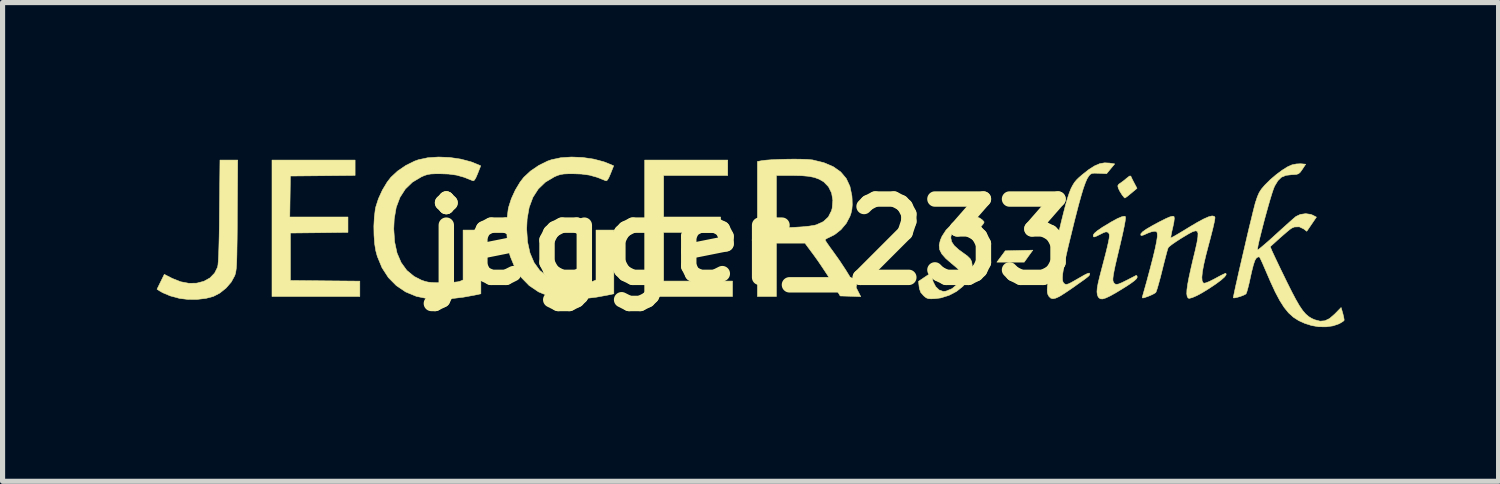
<source format=kicad_pcb>
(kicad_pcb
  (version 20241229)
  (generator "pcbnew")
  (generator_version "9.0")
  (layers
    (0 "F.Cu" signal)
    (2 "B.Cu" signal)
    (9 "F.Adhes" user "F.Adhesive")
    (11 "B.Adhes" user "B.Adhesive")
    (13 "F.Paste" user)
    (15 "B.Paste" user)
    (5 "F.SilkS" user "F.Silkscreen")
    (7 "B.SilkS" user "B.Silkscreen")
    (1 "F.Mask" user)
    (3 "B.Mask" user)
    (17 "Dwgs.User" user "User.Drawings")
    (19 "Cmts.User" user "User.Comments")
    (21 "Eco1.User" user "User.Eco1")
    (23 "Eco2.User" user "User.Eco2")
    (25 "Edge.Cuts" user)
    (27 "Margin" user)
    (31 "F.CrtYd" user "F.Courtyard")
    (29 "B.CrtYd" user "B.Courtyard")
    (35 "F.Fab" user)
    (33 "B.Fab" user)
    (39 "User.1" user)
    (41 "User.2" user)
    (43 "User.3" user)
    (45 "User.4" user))
  (footprint "jegger_233"
    (layer "F.Cu")
    (at 11.548 1.657)
    (property "Reference" "jegger_233" (at 0 0 0) (layer "F.SilkS") (effects (font (size 1.524 1.524) (thickness 0.3))))
    (attr through_hole)
    (fp_poly (pts (xy 5.413 0.276) (xy 5.33 0.393) (xy 4.798 0.393) (xy 4.88 0.283) (xy 4.961 0.173) (xy 5.497 0.16) (xy 5.413 0.276)) (stroke (width 0.01) (type solid)) (fill yes) (layer "F.SilkS"))
    (fp_poly (pts (xy -0.439 -1.293) (xy -1.686 -1.293) (xy -1.686 -0.485) (xy -0.577 -0.485) (xy -0.577 -0.185) (xy -1.686 -0.185) (xy -1.686 0.762) (xy -0.346 0.762) (xy -0.346 1.062) (xy -2.055 1.062) (xy -2.055 -1.593) (xy -0.439 -1.593) (xy -0.439 -1.293)) (stroke (width 0.01) (type solid)) (fill yes) (layer "F.SilkS"))
    (fp_poly (pts (xy -7.689 -1.294) (xy -8.948 -1.282) (xy -8.96 -0.485) (xy -7.828 -0.485) (xy -7.828 -0.186) (xy -8.388 -0.179) (xy -8.948 -0.173) (xy -8.948 0.75) (xy -8.272 0.757) (xy -7.597 0.763) (xy -7.597 1.062) (xy -9.306 1.062) (xy -9.306 -1.593) (xy -7.689 -1.593) (xy -7.689 -1.294)) (stroke (width 0.01) (type solid)) (fill yes) (layer "F.SilkS"))
    (fp_poly (pts (xy 7.403 -1.281) (xy 7.406 -1.275) (xy 7.422 -1.239) (xy 7.452 -1.179) (xy 7.47 -1.145) (xy 7.524 -1.043) (xy 7.412 -0.949) (xy 7.352 -0.9) (xy 7.307 -0.866) (xy 7.288 -0.854) (xy 7.269 -0.871) (xy 7.235 -0.913) (xy 7.23 -0.921) (xy 7.19 -0.985) (xy 7.16 -1.046) (xy 7.15 -1.091) (xy 7.169 -1.123) (xy 7.2 -1.144) (xy 7.261 -1.188) (xy 7.324 -1.24) (xy 7.329 -1.244) (xy 7.377 -1.281) (xy 7.403 -1.281)) (stroke (width 0.01) (type solid)) (fill yes) (layer "F.SilkS"))
    (fp_poly (pts (xy -9.981 -0.525) (xy -9.982 -0.273) (xy -9.984 -0.063) (xy -9.987 0.11) (xy -9.989 0.25) (xy -9.992 0.361) (xy -9.996 0.448) (xy -10.001 0.514) (xy -10.008 0.565) (xy -10.015 0.604) (xy -10.024 0.636) (xy -10.031 0.657) (xy -10.099 0.781) (xy -10.2 0.898) (xy -10.321 0.995) (xy -10.444 1.059) (xy -10.59 1.098) (xy -10.76 1.118) (xy -10.935 1.119) (xy -11.096 1.1) (xy -11.107 1.098) (xy -11.285 1.05) (xy -11.432 0.988) (xy -11.49 0.955) (xy -11.543 0.92) (xy -11.472 0.775) (xy -11.401 0.631) (xy -11.246 0.71) (xy -11.083 0.775) (xy -10.923 0.805) (xy -10.77 0.802) (xy -10.632 0.766) (xy -10.514 0.701) (xy -10.422 0.606) (xy -10.365 0.491) (xy -10.357 0.448) (xy -10.35 0.368) (xy -10.344 0.252) (xy -10.339 0.096) (xy -10.334 -0.101) (xy -10.33 -0.341) (xy -10.328 -0.595) (xy -10.318 -1.593) (xy -9.973 -1.593) (xy -9.981 -0.525)) (stroke (width 0.01) (type solid)) (fill yes) (layer "F.SilkS"))
    (fp_poly (pts (xy 7.298 -0.493) (xy 7.301 -0.466) (xy 7.293 -0.401) (xy 7.274 -0.297) (xy 7.243 -0.151) (xy 7.2 0.036) (xy 7.179 0.124) (xy 7.135 0.309) (xy 7.101 0.455) (xy 7.078 0.566) (xy 7.063 0.648) (xy 7.056 0.706) (xy 7.055 0.745) (xy 7.061 0.771) (xy 7.062 0.775) (xy 7.084 0.81) (xy 7.114 0.826) (xy 7.159 0.821) (xy 7.229 0.793) (xy 7.326 0.745) (xy 7.406 0.704) (xy 7.47 0.671) (xy 7.506 0.652) (xy 7.51 0.651) (xy 7.524 0.663) (xy 7.528 0.687) (xy 7.514 0.716) (xy 7.47 0.757) (xy 7.392 0.814) (xy 7.278 0.888) (xy 7.261 0.898) (xy 7.116 0.987) (xy 7.003 1.05) (xy 6.918 1.09) (xy 6.856 1.109) (xy 6.812 1.107) (xy 6.782 1.086) (xy 6.766 1.064) (xy 6.751 1.022) (xy 6.745 0.97) (xy 6.75 0.9) (xy 6.767 0.805) (xy 6.797 0.678) (xy 6.824 0.574) (xy 6.876 0.376) (xy 6.917 0.218) (xy 6.947 0.095) (xy 6.968 0.002) (xy 6.981 -0.065) (xy 6.986 -0.113) (xy 6.985 -0.144) (xy 6.978 -0.164) (xy 6.968 -0.177) (xy 6.944 -0.194) (xy 6.913 -0.195) (xy 6.864 -0.176) (xy 6.816 -0.152) (xy 6.741 -0.115) (xy 6.698 -0.098) (xy 6.679 -0.099) (xy 6.674 -0.118) (xy 6.673 -0.133) (xy 6.694 -0.167) (xy 6.753 -0.218) (xy 6.848 -0.283) (xy 6.864 -0.293) (xy 7.02 -0.387) (xy 7.14 -0.453) (xy 7.227 -0.49) (xy 7.281 -0.5) (xy 7.298 -0.493)) (stroke (width 0.01) (type solid)) (fill yes) (layer "F.SilkS"))
    (fp_poly (pts (xy -5.847 -1.643) (xy -5.632 -1.611) (xy -5.432 -1.558) (xy -5.353 -1.527) (xy -5.245 -1.481) (xy -5.305 -1.328) (xy -5.34 -1.247) (xy -5.367 -1.203) (xy -5.39 -1.189) (xy -5.402 -1.192) (xy -5.567 -1.258) (xy -5.717 -1.3) (xy -5.872 -1.321) (xy -6.015 -1.326) (xy -6.132 -1.326) (xy -6.216 -1.322) (xy -6.281 -1.311) (xy -6.338 -1.293) (xy -6.4 -1.266) (xy -6.573 -1.163) (xy -6.711 -1.03) (xy -6.816 -0.867) (xy -6.889 -0.673) (xy -6.928 -0.446) (xy -6.937 -0.254) (xy -6.92 -0.001) (xy -6.873 0.217) (xy -6.793 0.402) (xy -6.683 0.554) (xy -6.541 0.671) (xy -6.4 0.743) (xy -6.334 0.766) (xy -6.269 0.782) (xy -6.191 0.79) (xy -6.089 0.794) (xy -5.992 0.794) (xy -5.874 0.792) (xy -5.77 0.785) (xy -5.691 0.776) (xy -5.652 0.767) (xy -5.588 0.74) (xy -5.588 -0.231) (xy -5.242 -0.231) (xy -5.242 1.009) (xy -5.363 1.035) (xy -5.582 1.075) (xy -5.804 1.102) (xy -6.014 1.115) (xy -6.201 1.112) (xy -6.263 1.107) (xy -6.496 1.059) (xy -6.705 0.973) (xy -6.887 0.85) (xy -7.042 0.693) (xy -7.165 0.503) (xy -7.257 0.281) (xy -7.287 0.171) (xy -7.309 0.034) (xy -7.321 -0.131) (xy -7.324 -0.308) (xy -7.315 -0.479) (xy -7.297 -0.628) (xy -7.287 -0.679) (xy -7.235 -0.841) (xy -7.158 -1.009) (xy -7.065 -1.164) (xy -6.993 -1.257) (xy -6.862 -1.379) (xy -6.702 -1.488) (xy -6.53 -1.573) (xy -6.457 -1.599) (xy -6.274 -1.638) (xy -6.066 -1.652) (xy -5.847 -1.643)) (stroke (width 0.01) (type solid)) (fill yes) (layer "F.SilkS"))
    (fp_poly (pts (xy -3.261 -1.643) (xy -3.045 -1.611) (xy -2.846 -1.558) (xy -2.767 -1.527) (xy -2.658 -1.481) (xy -2.719 -1.328) (xy -2.754 -1.247) (xy -2.781 -1.203) (xy -2.804 -1.189) (xy -2.816 -1.192) (xy -2.981 -1.258) (xy -3.131 -1.3) (xy -3.286 -1.321) (xy -3.429 -1.326) (xy -3.546 -1.326) (xy -3.63 -1.322) (xy -3.695 -1.311) (xy -3.752 -1.293) (xy -3.814 -1.266) (xy -3.987 -1.163) (xy -4.125 -1.03) (xy -4.23 -0.867) (xy -4.302 -0.673) (xy -4.342 -0.446) (xy -4.351 -0.254) (xy -4.334 -0.001) (xy -4.286 0.217) (xy -4.207 0.402) (xy -4.097 0.554) (xy -3.954 0.671) (xy -3.813 0.743) (xy -3.748 0.766) (xy -3.682 0.782) (xy -3.605 0.79) (xy -3.503 0.794) (xy -3.406 0.794) (xy -3.288 0.792) (xy -3.184 0.785) (xy -3.104 0.776) (xy -3.065 0.767) (xy -3.002 0.74) (xy -3.002 -0.231) (xy -2.655 -0.231) (xy -2.655 1.009) (xy -2.777 1.035) (xy -2.996 1.075) (xy -3.217 1.102) (xy -3.428 1.115) (xy -3.615 1.112) (xy -3.677 1.107) (xy -3.909 1.059) (xy -4.118 0.973) (xy -4.301 0.85) (xy -4.455 0.692) (xy -4.579 0.502) (xy -4.67 0.281) (xy -4.7 0.172) (xy -4.723 0.034) (xy -4.735 -0.132) (xy -4.737 -0.308) (xy -4.729 -0.48) (xy -4.711 -0.63) (xy -4.701 -0.679) (xy -4.649 -0.841) (xy -4.572 -1.009) (xy -4.479 -1.164) (xy -4.407 -1.257) (xy -4.276 -1.379) (xy -4.116 -1.488) (xy -3.944 -1.573) (xy -3.87 -1.599) (xy -3.688 -1.638) (xy -3.48 -1.652) (xy -3.261 -1.643)) (stroke (width 0.01) (type solid)) (fill yes) (layer "F.SilkS"))
    (fp_poly (pts (xy 4.383 -0.496) (xy 4.466 -0.463) (xy 4.518 -0.425) (xy 4.547 -0.392) (xy 4.549 -0.384) (xy 4.533 -0.352) (xy 4.494 -0.304) (xy 4.468 -0.277) (xy 4.388 -0.199) (xy 4.336 -0.248) (xy 4.263 -0.3) (xy 4.186 -0.331) (xy 4.121 -0.333) (xy 4.116 -0.332) (xy 4.005 -0.28) (xy 3.935 -0.205) (xy 3.904 -0.108) (xy 3.902 -0.074) (xy 3.918 -0.002) (xy 3.967 0.071) (xy 4.054 0.15) (xy 4.135 0.209) (xy 4.223 0.273) (xy 4.278 0.327) (xy 4.307 0.383) (xy 4.317 0.452) (xy 4.317 0.489) (xy 4.295 0.622) (xy 4.232 0.749) (xy 4.136 0.864) (xy 4.012 0.963) (xy 3.867 1.039) (xy 3.707 1.089) (xy 3.602 1.103) (xy 3.517 1.107) (xy 3.463 1.103) (xy 3.422 1.087) (xy 3.38 1.053) (xy 3.373 1.047) (xy 3.318 0.985) (xy 3.291 0.912) (xy 3.285 0.873) (xy 3.273 0.767) (xy 3.397 0.683) (xy 3.464 0.639) (xy 3.502 0.619) (xy 3.52 0.62) (xy 3.527 0.641) (xy 3.528 0.652) (xy 3.557 0.774) (xy 3.607 0.87) (xy 3.674 0.935) (xy 3.752 0.963) (xy 3.807 0.958) (xy 3.926 0.909) (xy 4.016 0.832) (xy 4.071 0.733) (xy 4.087 0.637) (xy 4.084 0.595) (xy 4.068 0.559) (xy 4.034 0.519) (xy 3.973 0.466) (xy 3.924 0.426) (xy 3.805 0.323) (xy 3.726 0.233) (xy 3.683 0.148) (xy 3.675 0.061) (xy 3.698 -0.035) (xy 3.731 -0.111) (xy 3.809 -0.231) (xy 3.91 -0.334) (xy 4.026 -0.416) (xy 4.148 -0.473) (xy 4.27 -0.501) (xy 4.383 -0.496)) (stroke (width 0.01) (type solid)) (fill yes) (layer "F.SilkS"))
    (fp_poly (pts (xy 0.994 -1.609) (xy 1.112 -1.605) (xy 1.197 -1.597) (xy 1.209 -1.596) (xy 1.431 -1.542) (xy 1.614 -1.464) (xy 1.759 -1.362) (xy 1.867 -1.234) (xy 1.939 -1.079) (xy 1.977 -0.896) (xy 1.981 -0.833) (xy 1.984 -0.721) (xy 1.977 -0.636) (xy 1.96 -0.559) (xy 1.939 -0.498) (xy 1.867 -0.361) (xy 1.764 -0.239) (xy 1.642 -0.143) (xy 1.564 -0.103) (xy 1.502 -0.074) (xy 1.463 -0.05) (xy 1.455 -0.04) (xy 1.468 -0.016) (xy 1.503 0.037) (xy 1.555 0.111) (xy 1.616 0.194) (xy 1.736 0.363) (xy 1.856 0.545) (xy 1.967 0.725) (xy 2.06 0.89) (xy 2.087 0.942) (xy 2.149 1.064) (xy 1.949 1.057) (xy 1.749 1.051) (xy 1.585 0.778) (xy 1.503 0.647) (xy 1.408 0.503) (xy 1.313 0.363) (xy 1.242 0.264) (xy 1.063 0.023) (xy 0.508 0.023) (xy 0.508 1.062) (xy 0.139 1.062) (xy 0.139 -1.293) (xy 0.508 -1.293) (xy 0.508 -0.271) (xy 0.837 -0.283) (xy 1.003 -0.293) (xy 1.143 -0.307) (xy 1.25 -0.324) (xy 1.287 -0.334) (xy 1.421 -0.395) (xy 1.518 -0.485) (xy 1.579 -0.605) (xy 1.593 -0.656) (xy 1.606 -0.81) (xy 1.582 -0.952) (xy 1.522 -1.073) (xy 1.43 -1.168) (xy 1.421 -1.174) (xy 1.339 -1.221) (xy 1.247 -1.255) (xy 1.136 -1.277) (xy 0.998 -1.289) (xy 0.823 -1.293) (xy 0.816 -1.293) (xy 0.508 -1.293) (xy 0.139 -1.293) (xy 0.139 -1.565) (xy 0.214 -1.579) (xy 0.297 -1.59) (xy 0.414 -1.599) (xy 0.553 -1.605) (xy 0.704 -1.609) (xy 0.854 -1.611) (xy 0.994 -1.609)) (stroke (width 0.01) (type solid)) (fill yes) (layer "F.SilkS"))
    (fp_poly (pts (xy 6.992 -1.534) (xy 6.996 -1.533) (xy 7.09 -1.518) (xy 7.011 -1.423) (xy 6.933 -1.328) (xy 6.783 -1.335) (xy 6.7 -1.338) (xy 6.649 -1.333) (xy 6.616 -1.316) (xy 6.586 -1.283) (xy 6.586 -1.282) (xy 6.554 -1.231) (xy 6.52 -1.153) (xy 6.481 -1.045) (xy 6.438 -0.902) (xy 6.388 -0.723) (xy 6.331 -0.502) (xy 6.306 -0.404) (xy 6.242 -0.142) (xy 6.188 0.078) (xy 6.146 0.262) (xy 6.114 0.411) (xy 6.092 0.531) (xy 6.078 0.624) (xy 6.073 0.694) (xy 6.075 0.745) (xy 6.085 0.781) (xy 6.101 0.804) (xy 6.123 0.821) (xy 6.149 0.827) (xy 6.186 0.818) (xy 6.243 0.791) (xy 6.326 0.744) (xy 6.392 0.706) (xy 6.491 0.649) (xy 6.557 0.616) (xy 6.594 0.606) (xy 6.604 0.617) (xy 6.603 0.631) (xy 6.598 0.646) (xy 6.584 0.663) (xy 6.555 0.688) (xy 6.507 0.725) (xy 6.434 0.777) (xy 6.332 0.849) (xy 6.243 0.912) (xy 6.114 0.999) (xy 6.016 1.06) (xy 5.942 1.094) (xy 5.887 1.105) (xy 5.846 1.094) (xy 5.813 1.063) (xy 5.809 1.057) (xy 5.791 1.025) (xy 5.78 0.983) (xy 5.777 0.928) (xy 5.782 0.855) (xy 5.795 0.759) (xy 5.817 0.636) (xy 5.85 0.481) (xy 5.892 0.289) (xy 5.934 0.106) (xy 5.996 -0.159) (xy 6.049 -0.384) (xy 6.096 -0.572) (xy 6.136 -0.727) (xy 6.173 -0.854) (xy 6.207 -0.956) (xy 6.24 -1.039) (xy 6.274 -1.105) (xy 6.309 -1.16) (xy 6.348 -1.207) (xy 6.392 -1.25) (xy 6.443 -1.294) (xy 6.448 -1.299) (xy 6.582 -1.405) (xy 6.696 -1.478) (xy 6.797 -1.522) (xy 6.893 -1.539) (xy 6.992 -1.534)) (stroke (width 0.01) (type solid)) (fill yes) (layer "F.SilkS"))
    (fp_poly (pts (xy 9.027 -0.498) (xy 9.041 -0.479) (xy 9.039 -0.447) (xy 9.026 -0.378) (xy 9.004 -0.279) (xy 8.973 -0.156) (xy 8.937 -0.017) (xy 8.922 0.038) (xy 8.864 0.26) (xy 8.822 0.441) (xy 8.796 0.583) (xy 8.786 0.688) (xy 8.791 0.758) (xy 8.812 0.796) (xy 8.828 0.804) (xy 8.865 0.796) (xy 8.931 0.77) (xy 9.013 0.729) (xy 9.056 0.706) (xy 9.139 0.661) (xy 9.205 0.628) (xy 9.246 0.611) (xy 9.254 0.611) (xy 9.259 0.639) (xy 9.228 0.681) (xy 9.161 0.741) (xy 9.059 0.817) (xy 8.923 0.908) (xy 8.798 0.985) (xy 8.69 1.044) (xy 8.603 1.082) (xy 8.543 1.098) (xy 8.518 1.092) (xy 8.5 1.06) (xy 8.492 1.009) (xy 8.495 0.932) (xy 8.509 0.828) (xy 8.535 0.691) (xy 8.573 0.517) (xy 8.611 0.353) (xy 8.657 0.163) (xy 8.69 0.015) (xy 8.708 -0.094) (xy 8.711 -0.167) (xy 8.696 -0.207) (xy 8.661 -0.216) (xy 8.604 -0.198) (xy 8.525 -0.156) (xy 8.42 -0.093) (xy 8.361 -0.057) (xy 8.273 0.001) (xy 8.198 0.053) (xy 8.148 0.094) (xy 8.131 0.112) (xy 8.119 0.146) (xy 8.099 0.217) (xy 8.073 0.317) (xy 8.042 0.437) (xy 8.013 0.554) (xy 7.98 0.686) (xy 7.948 0.802) (xy 7.921 0.897) (xy 7.9 0.96) (xy 7.888 0.986) (xy 7.853 1.008) (xy 7.791 1.038) (xy 7.74 1.059) (xy 7.672 1.083) (xy 7.637 1.091) (xy 7.626 1.082) (xy 7.629 1.066) (xy 7.711 0.776) (xy 7.779 0.522) (xy 7.835 0.306) (xy 7.877 0.13) (xy 7.905 -0.006) (xy 7.919 -0.099) (xy 7.92 -0.128) (xy 7.916 -0.182) (xy 7.896 -0.204) (xy 7.862 -0.208) (xy 7.804 -0.197) (xy 7.733 -0.171) (xy 7.709 -0.16) (xy 7.65 -0.134) (xy 7.61 -0.124) (xy 7.601 -0.126) (xy 7.597 -0.155) (xy 7.632 -0.196) (xy 7.708 -0.25) (xy 7.825 -0.318) (xy 7.828 -0.32) (xy 7.974 -0.398) (xy 8.084 -0.453) (xy 8.163 -0.487) (xy 8.215 -0.5) (xy 8.242 -0.495) (xy 8.244 -0.494) (xy 8.25 -0.459) (xy 8.242 -0.386) (xy 8.22 -0.281) (xy 8.219 -0.279) (xy 8.199 -0.191) (xy 8.186 -0.122) (xy 8.181 -0.083) (xy 8.181 -0.078) (xy 8.202 -0.087) (xy 8.256 -0.116) (xy 8.336 -0.163) (xy 8.436 -0.223) (xy 8.527 -0.279) (xy 8.69 -0.376) (xy 8.819 -0.446) (xy 8.917 -0.489) (xy 8.985 -0.506) (xy 9.027 -0.498)) (stroke (width 0.01) (type solid)) (fill yes) (layer "F.SilkS"))
    (fp_poly (pts (xy 10.72 -1.52) (xy 10.806 -1.512) (xy 10.74 -1.412) (xy 10.701 -1.357) (xy 10.667 -1.327) (xy 10.623 -1.313) (xy 10.551 -1.309) (xy 10.534 -1.308) (xy 10.42 -1.295) (xy 10.334 -1.259) (xy 10.265 -1.191) (xy 10.201 -1.085) (xy 10.2 -1.083) (xy 10.18 -1.033) (xy 10.152 -0.95) (xy 10.118 -0.84) (xy 10.081 -0.712) (xy 10.042 -0.572) (xy 10.002 -0.427) (xy 9.965 -0.284) (xy 9.931 -0.149) (xy 9.902 -0.032) (xy 9.881 0.063) (xy 9.87 0.128) (xy 9.869 0.156) (xy 9.869 0.156) (xy 9.889 0.145) (xy 9.938 0.106) (xy 10.009 0.046) (xy 10.099 -0.032) (xy 10.201 -0.124) (xy 10.219 -0.141) (xy 10.327 -0.239) (xy 10.427 -0.329) (xy 10.512 -0.405) (xy 10.576 -0.461) (xy 10.613 -0.492) (xy 10.614 -0.494) (xy 10.701 -0.535) (xy 10.805 -0.55) (xy 10.905 -0.536) (xy 10.942 -0.521) (xy 11.015 -0.483) (xy 10.921 -0.345) (xy 10.827 -0.207) (xy 10.767 -0.253) (xy 10.682 -0.294) (xy 10.588 -0.291) (xy 10.537 -0.27) (xy 10.499 -0.244) (xy 10.437 -0.193) (xy 10.361 -0.127) (xy 10.301 -0.075) (xy 10.116 0.093) (xy 10.152 0.179) (xy 10.173 0.224) (xy 10.21 0.303) (xy 10.261 0.41) (xy 10.322 0.538) (xy 10.391 0.679) (xy 10.437 0.774) (xy 10.532 0.964) (xy 10.613 1.118) (xy 10.682 1.238) (xy 10.745 1.331) (xy 10.804 1.4) (xy 10.862 1.451) (xy 10.924 1.489) (xy 10.981 1.514) (xy 11.087 1.542) (xy 11.18 1.534) (xy 11.271 1.49) (xy 11.369 1.405) (xy 11.376 1.398) (xy 11.495 1.276) (xy 11.529 1.394) (xy 11.546 1.464) (xy 11.554 1.514) (xy 11.552 1.53) (xy 11.527 1.55) (xy 11.476 1.581) (xy 11.449 1.595) (xy 11.338 1.633) (xy 11.202 1.652) (xy 11.058 1.65) (xy 10.924 1.627) (xy 10.922 1.627) (xy 10.787 1.584) (xy 10.67 1.531) (xy 10.567 1.465) (xy 10.474 1.381) (xy 10.387 1.274) (xy 10.301 1.139) (xy 10.213 0.973) (xy 10.119 0.769) (xy 10.056 0.623) (xy 10.008 0.512) (xy 9.966 0.415) (xy 9.932 0.341) (xy 9.91 0.299) (xy 9.906 0.292) (xy 9.879 0.292) (xy 9.843 0.317) (xy 9.817 0.362) (xy 9.788 0.448) (xy 9.755 0.578) (xy 9.733 0.677) (xy 9.708 0.793) (xy 9.683 0.893) (xy 9.662 0.968) (xy 9.646 1.009) (xy 9.642 1.013) (xy 9.603 1.034) (xy 9.545 1.057) (xy 9.482 1.076) (xy 9.429 1.088) (xy 9.4 1.088) (xy 9.398 1.085) (xy 9.403 1.053) (xy 9.418 0.981) (xy 9.44 0.876) (xy 9.47 0.744) (xy 9.504 0.591) (xy 9.543 0.423) (xy 9.584 0.246) (xy 9.626 0.066) (xy 9.667 -0.112) (xy 9.707 -0.281) (xy 9.745 -0.435) (xy 9.777 -0.568) (xy 9.804 -0.675) (xy 9.823 -0.749) (xy 9.83 -0.772) (xy 9.866 -0.88) (xy 9.901 -0.96) (xy 9.944 -1.027) (xy 10.005 -1.099) (xy 10.016 -1.111) (xy 10.118 -1.212) (xy 10.232 -1.309) (xy 10.346 -1.394) (xy 10.451 -1.46) (xy 10.537 -1.499) (xy 10.541 -1.5) (xy 10.625 -1.517) (xy 10.71 -1.521) (xy 10.72 -1.52)) (stroke (width 0.01) (type solid)) (fill yes) (layer "F.SilkS")))
  (gr_rect
    (start -3 -3)
    (end 26.107 6.314)
    (stroke (width 0.1) (type default))
    (fill no)
    (layer "Edge.Cuts")))
</source>
